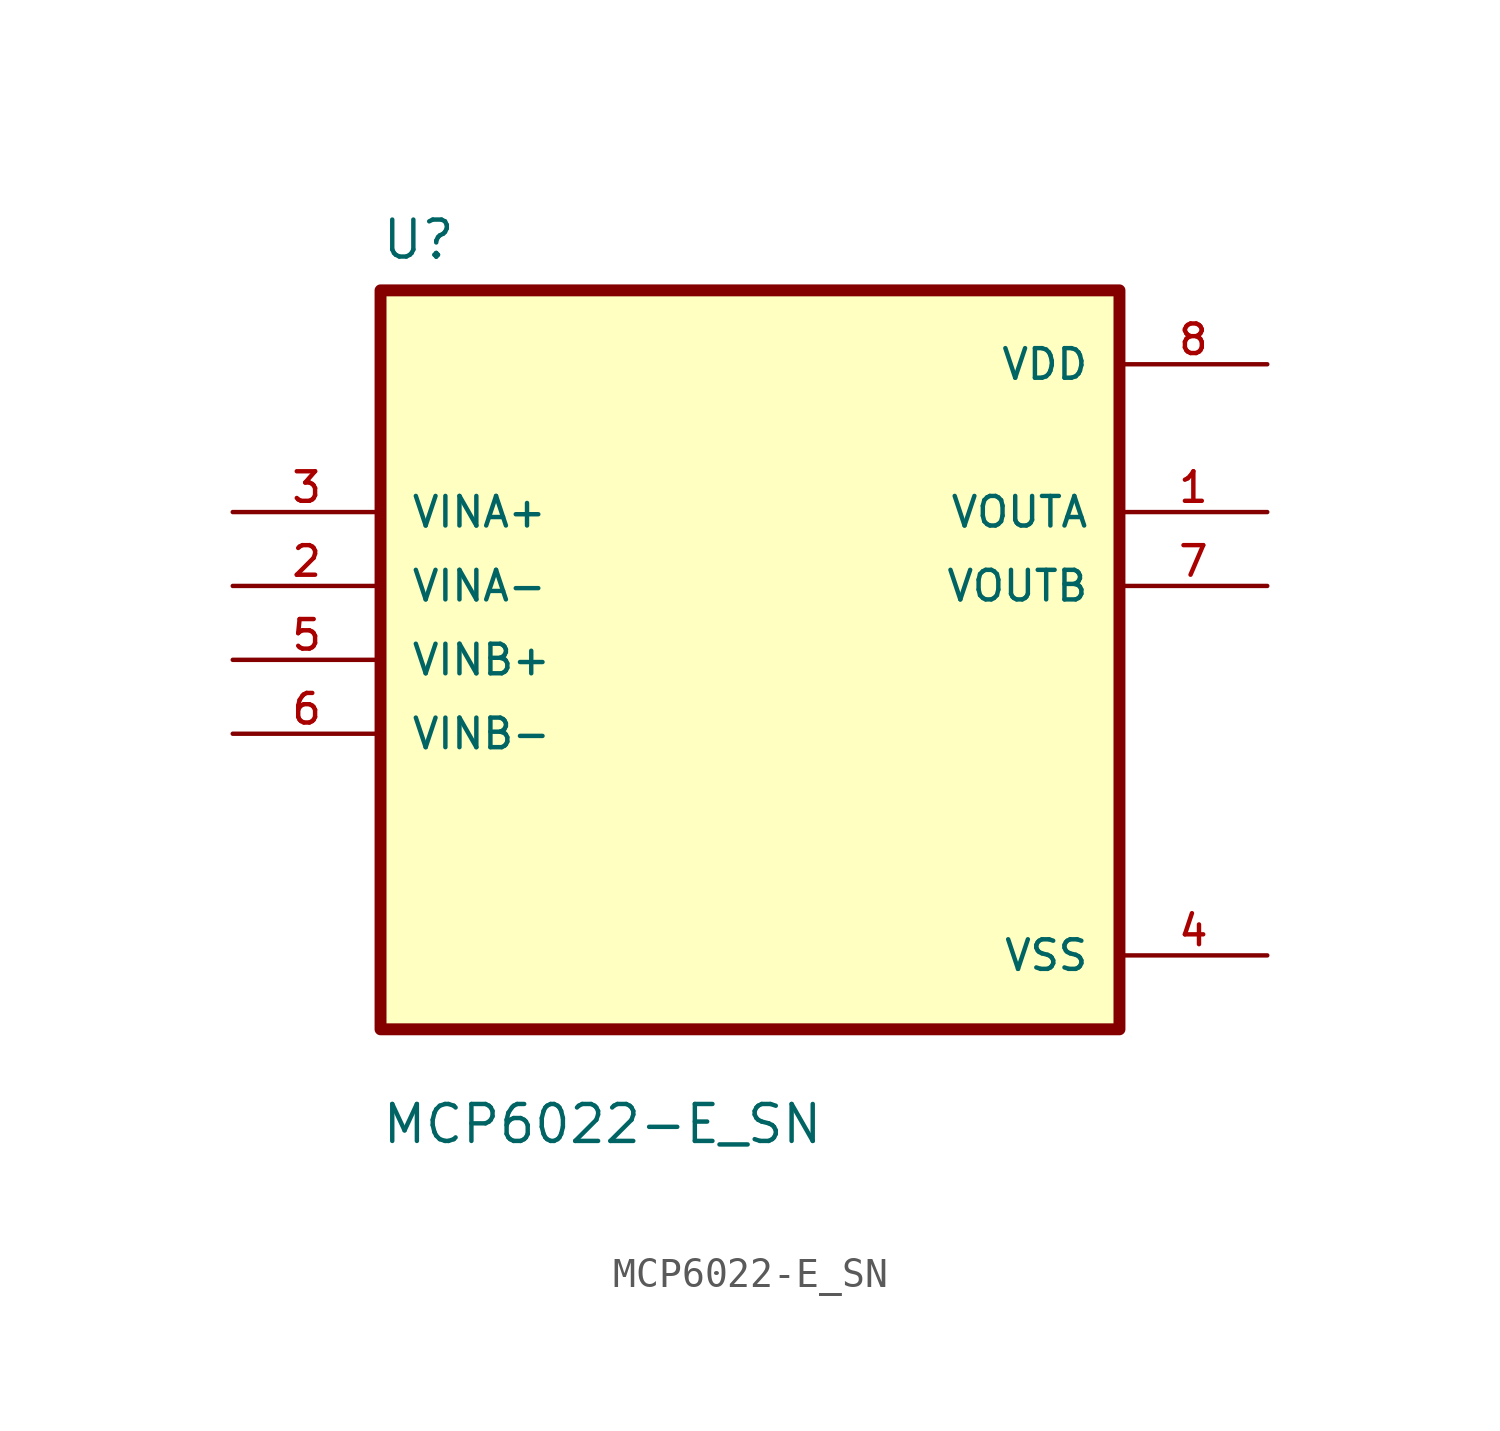
<source format=kicad_sym>
(kicad_symbol_lib
  (version 20211014)
  (generator kicad_symbol_editor)
  (symbol "MCP6022-E_SN"
    (pin_names
      (offset 1.016))
    (property "Reference" "U"
      (at -12.7 13.7 0.0)
      (effects (font (size 1.27 1.27)) (justify bottom left)))
    (property "Value" "MCP6022-E_SN"
      (at -12.7 -16.7 0.0)
      (effects (font (size 1.27 1.27)) (justify bottom left)))
    (symbol "MCP6022-E_SN_0_0"
      (rectangle (start -12.7 -12.7) (end 12.7 12.7) (stroke (width 0.41)) (fill (type background)))
      (pin input line (at -17.78 5.08 0) (length 5.08) (name "VINA+" (effects (font (size 1.016 1.016)))) (number "3" (effects (font (size 1.016 1.016)))))
      (pin input line (at -17.78 2.54 0) (length 5.08) (name "VINA-" (effects (font (size 1.016 1.016)))) (number "2" (effects (font (size 1.016 1.016)))))
      (pin input line (at -17.78 -8.88178e-16 0) (length 5.08) (name "VINB+" (effects (font (size 1.016 1.016)))) (number "5" (effects (font (size 1.016 1.016)))))
      (pin input line (at -17.78 -2.54 0) (length 5.08) (name "VINB-" (effects (font (size 1.016 1.016)))) (number "6" (effects (font (size 1.016 1.016)))))
      (pin power_in line (at 17.78 10.16 180.0) (length 5.08) (name "VDD" (effects (font (size 1.016 1.016)))) (number "8" (effects (font (size 1.016 1.016)))))
      (pin output line (at 17.78 5.08 180.0) (length 5.08) (name "VOUTA" (effects (font (size 1.016 1.016)))) (number "1" (effects (font (size 1.016 1.016)))))
      (pin output line (at 17.78 2.54 180.0) (length 5.08) (name "VOUTB" (effects (font (size 1.016 1.016)))) (number "7" (effects (font (size 1.016 1.016)))))
      (pin power_in line (at 17.78 -10.16 180.0) (length 5.08) (name "VSS" (effects (font (size 1.016 1.016)))) (number "4" (effects (font (size 1.016 1.016))))))))
</source>
